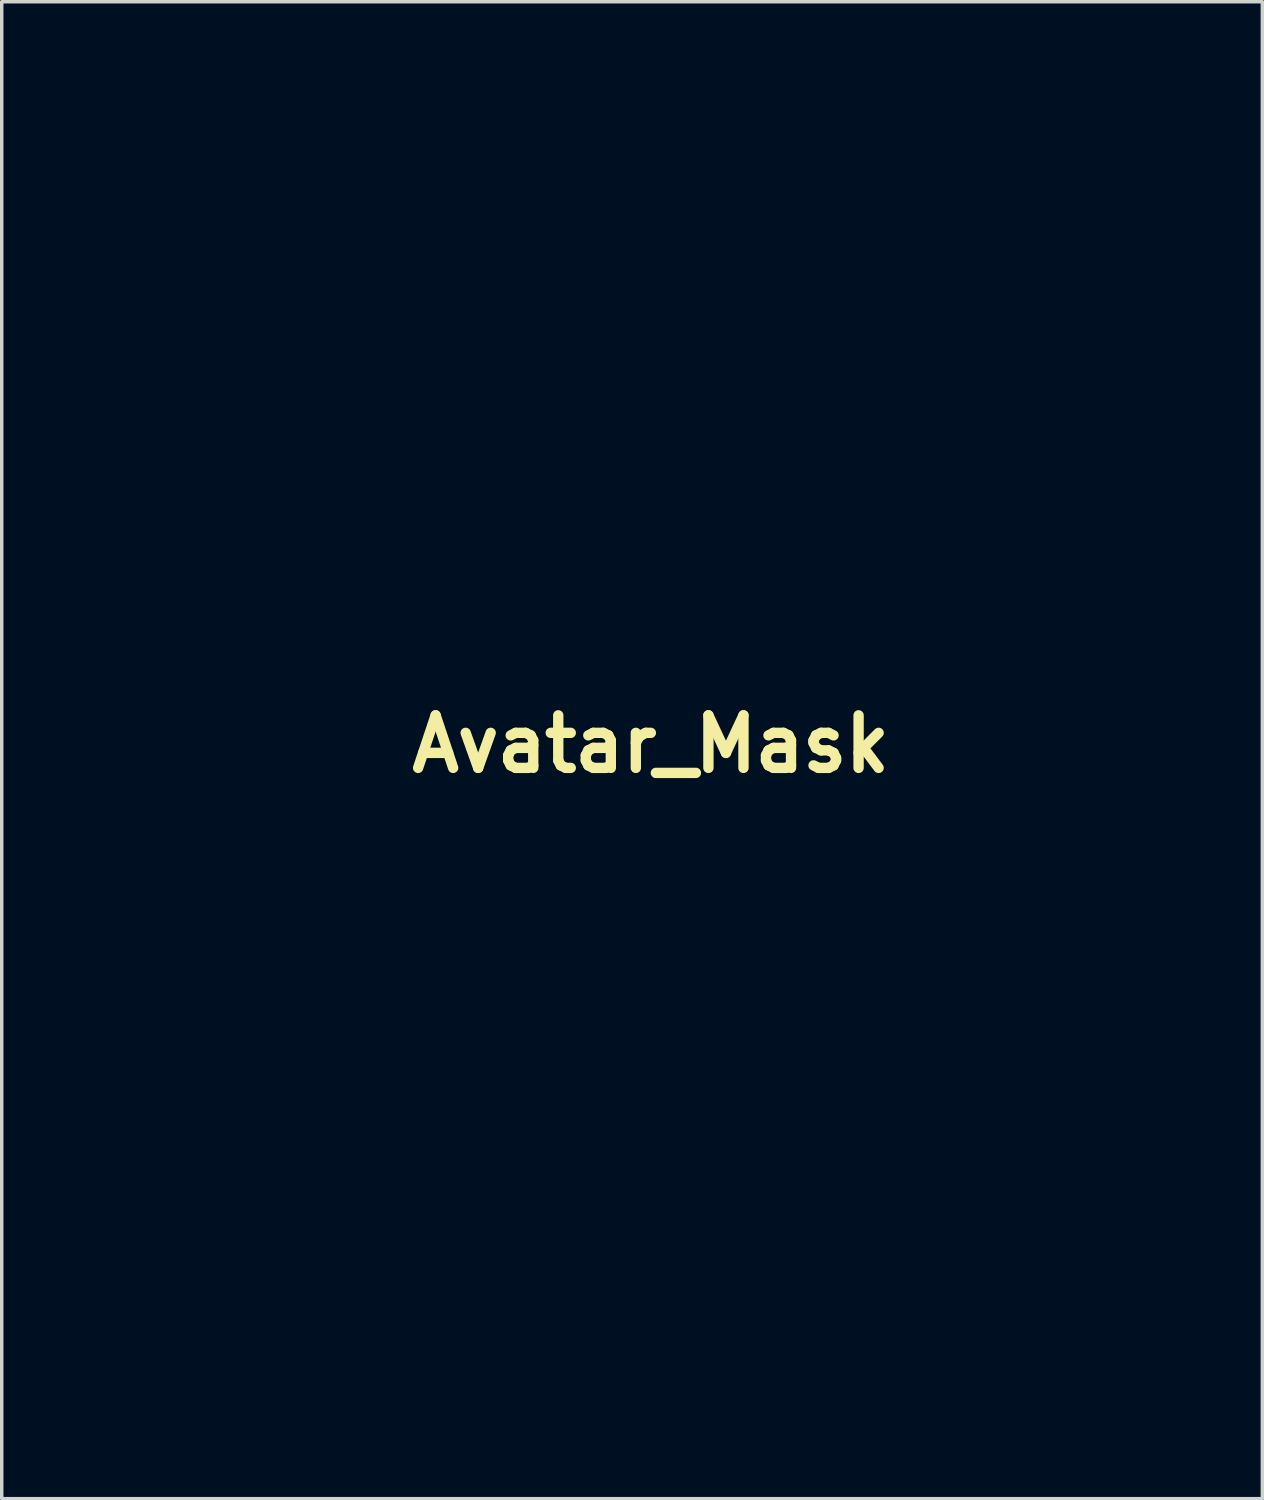
<source format=kicad_pcb>
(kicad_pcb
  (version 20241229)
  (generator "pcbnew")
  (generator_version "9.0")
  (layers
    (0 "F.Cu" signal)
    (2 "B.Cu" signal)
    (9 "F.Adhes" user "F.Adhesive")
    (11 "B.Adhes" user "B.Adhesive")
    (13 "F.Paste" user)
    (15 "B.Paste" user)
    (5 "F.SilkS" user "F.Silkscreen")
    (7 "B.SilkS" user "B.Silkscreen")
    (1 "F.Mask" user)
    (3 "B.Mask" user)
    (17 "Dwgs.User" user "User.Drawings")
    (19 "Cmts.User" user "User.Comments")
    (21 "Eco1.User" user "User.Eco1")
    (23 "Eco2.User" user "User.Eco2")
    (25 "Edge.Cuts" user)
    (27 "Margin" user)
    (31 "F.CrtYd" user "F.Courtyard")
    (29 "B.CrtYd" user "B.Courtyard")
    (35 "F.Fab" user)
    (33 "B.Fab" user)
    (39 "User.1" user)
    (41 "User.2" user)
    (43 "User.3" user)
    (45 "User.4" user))
  (footprint "Avatar_Mask"
    (layer "F.Cu")
    (at 15.823 18.527)
    (property "Reference" "Avatar_Mask" (at 0 0 0) (layer "F.SilkS") (effects (font (size 1.524 1.524) (thickness 0.3))))
    (attr through_hole)
    (fp_poly (pts (xy 10.407 3.836) (xy 10.363 3.881) (xy 10.319 3.836) (xy 10.363 3.792) (xy 10.407 3.836)) (stroke (width 0.01) (type solid)) (fill yes) (layer "F.Mask"))
    (fp_poly (pts (xy 6.196 7.078) (xy 6.282 7.184) (xy 6.306 7.32) (xy 6.261 7.495) (xy 6.161 7.568) (xy 6.058 7.51) (xy 6.032 7.46) (xy 6.011 7.273) (xy 6.07 7.122) (xy 6.182 7.074) (xy 6.196 7.078)) (stroke (width 0.01) (type solid)) (fill yes) (layer "F.Mask"))
    (fp_poly (pts (xy -8.71 6.244) (xy -8.672 6.315) (xy -8.688 6.464) (xy -8.812 6.575) (xy -8.977 6.614) (xy -9.113 6.548) (xy -9.124 6.533) (xy -9.107 6.419) (xy -9.001 6.28) (xy -8.862 6.185) (xy -8.81 6.174) (xy -8.71 6.244)) (stroke (width 0.01) (type solid)) (fill yes) (layer "F.Mask"))
    (fp_poly (pts (xy 7.401 7.033) (xy 7.493 7.185) (xy 7.543 7.38) (xy 7.529 7.54) (xy 7.414 7.657) (xy 7.266 7.648) (xy 7.178 7.547) (xy 7.149 7.337) (xy 7.189 7.126) (xy 7.281 6.996) (xy 7.298 6.989) (xy 7.401 7.033)) (stroke (width 0.01) (type solid)) (fill yes) (layer "F.Mask"))
    (fp_poly (pts (xy -6.804 6.598) (xy -6.796 6.774) (xy -6.842 6.994) (xy -6.933 7.191) (xy -7.093 7.364) (xy -7.23 7.397) (xy -7.311 7.289) (xy -7.32 7.2) (xy -7.272 7.007) (xy -7.154 6.788) (xy -7.01 6.607) (xy -6.879 6.527) (xy -6.873 6.526) (xy -6.804 6.598)) (stroke (width 0.01) (type solid)) (fill yes) (layer "F.Mask"))
    (fp_poly (pts (xy 3.79 2.782) (xy 3.761 2.883) (xy 3.64 2.97) (xy 3.638 2.971) (xy 3.444 3.074) (xy 3.329 3.158) (xy 3.211 3.24) (xy 3.175 3.237) (xy 3.236 3.133) (xy 3.38 2.979) (xy 3.548 2.83) (xy 3.682 2.741) (xy 3.708 2.734) (xy 3.79 2.782)) (stroke (width 0.01) (type solid)) (fill yes) (layer "F.Mask"))
    (fp_poly (pts (xy 8.498 7.117) (xy 8.673 7.231) (xy 8.852 7.4) (xy 8.986 7.577) (xy 9.027 7.717) (xy 9.024 7.728) (xy 8.918 7.841) (xy 8.776 7.81) (xy 8.64 7.648) (xy 8.62 7.607) (xy 8.501 7.397) (xy 8.388 7.267) (xy 8.312 7.171) (xy 8.373 7.103) (xy 8.498 7.117)) (stroke (width 0.01) (type solid)) (fill yes) (layer "F.Mask"))
    (fp_poly (pts (xy -7.673 6.421) (xy -7.673 6.433) (xy -7.721 6.567) (xy -7.842 6.777) (xy -8.002 7.014) (xy -8.167 7.229) (xy -8.301 7.374) (xy -8.356 7.406) (xy -8.436 7.328) (xy -8.467 7.114) (xy -8.467 7.106) (xy -8.433 6.879) (xy -8.308 6.688) (xy -8.143 6.537) (xy -7.893 6.363) (xy -7.734 6.324) (xy -7.673 6.421)) (stroke (width 0.01) (type solid)) (fill yes) (layer "F.Mask"))
    (fp_poly (pts (xy -0.346 7.916) (xy -0.255 8.055) (xy -0.246 8.074) (xy -0.186 8.257) (xy -0.235 8.373) (xy -0.307 8.432) (xy -0.548 8.534) (xy -0.813 8.543) (xy -1.023 8.459) (xy -1.054 8.427) (xy -1.128 8.242) (xy -1.131 8.097) (xy -1.083 7.963) (xy -0.956 7.896) (xy -0.728 7.866) (xy -0.482 7.862) (xy -0.346 7.916)) (stroke (width 0.01) (type solid)) (fill yes) (layer "F.Mask"))
    (fp_poly (pts (xy -3.239 10.392) (xy -3.028 10.49) (xy -2.826 10.616) (xy -2.341 10.87) (xy -1.758 11.048) (xy -1.114 11.15) (xy -0.447 11.178) (xy 0.203 11.13) (xy 0.799 11.008) (xy 1.304 10.81) (xy 1.604 10.608) (xy 1.77 10.519) (xy 1.869 10.515) (xy 1.88 10.576) (xy 1.761 10.685) (xy 1.546 10.825) (xy 1.266 10.976) (xy 0.956 11.117) (xy 0.716 11.207) (xy 0.318 11.297) (xy -0.19 11.352) (xy -0.747 11.369) (xy -1.29 11.345) (xy -1.723 11.287) (xy -2.035 11.199) (xy -2.403 11.058) (xy -2.771 10.89) (xy -3.083 10.72) (xy -3.283 10.574) (xy -3.284 10.572) (xy -3.392 10.431) (xy -3.368 10.371) (xy -3.239 10.392)) (stroke (width 0.01) (type solid)) (fill yes) (layer "F.Mask"))
    (fp_poly (pts (xy 5.848 2.294) (xy 6.22 2.324) (xy 6.498 2.37) (xy 6.565 2.39) (xy 7.207 2.648) (xy 7.719 2.87) (xy 8.091 3.05) (xy 8.314 3.185) (xy 8.378 3.262) (xy 8.312 3.34) (xy 8.162 3.342) (xy 8 3.275) (xy 7.938 3.219) (xy 7.796 3.107) (xy 7.723 3.087) (xy 7.585 3.051) (xy 7.359 2.959) (xy 7.24 2.904) (xy 6.969 2.801) (xy 6.761 2.774) (xy 6.716 2.784) (xy 6.517 2.824) (xy 6.257 2.825) (xy 6.015 2.792) (xy 5.876 2.734) (xy 5.744 2.71) (xy 5.565 2.77) (xy 5.419 2.877) (xy 5.38 2.962) (xy 5.456 3.063) (xy 5.649 3.19) (xy 5.91 3.321) (xy 6.186 3.432) (xy 6.427 3.498) (xy 6.543 3.506) (xy 6.708 3.533) (xy 6.776 3.69) (xy 6.776 3.692) (xy 6.727 3.894) (xy 6.558 4.132) (xy 6.308 4.367) (xy 6.017 4.562) (xy 5.766 4.667) (xy 5.357 4.744) (xy 5.008 4.713) (xy 4.631 4.565) (xy 4.611 4.555) (xy 4.253 4.306) (xy 3.973 3.985) (xy 3.793 3.629) (xy 3.731 3.278) (xy 3.802 2.978) (xy 3.95 2.763) (xy 4.146 2.557) (xy 4.336 2.412) (xy 4.436 2.374) (xy 4.601 2.352) (xy 4.763 2.324) (xy 5.059 2.292) (xy 5.441 2.283) (xy 5.848 2.294)) (stroke (width 0.01) (type solid)) (fill yes) (layer "F.Mask"))
    (fp_poly (pts (xy -6.798 1.971) (xy -6.601 1.982) (xy -6.136 2.015) (xy -5.792 2.062) (xy -5.512 2.133) (xy -5.239 2.242) (xy -5.124 2.296) (xy -4.853 2.439) (xy -4.66 2.565) (xy -4.586 2.645) (xy -4.586 2.645) (xy -4.516 2.726) (xy -4.465 2.734) (xy -4.307 2.796) (xy -4.196 2.935) (xy -4.185 3.079) (xy -4.191 3.09) (xy -4.29 3.124) (xy -4.441 3.027) (xy -4.701 2.834) (xy -5.056 2.626) (xy -5.335 2.48) (xy -5.607 2.394) (xy -5.911 2.372) (xy -6.197 2.409) (xy -6.418 2.495) (xy -6.523 2.626) (xy -6.526 2.655) (xy -6.448 2.784) (xy -6.247 2.913) (xy -5.978 3.023) (xy -5.695 3.096) (xy -5.451 3.112) (xy -5.313 3.068) (xy -5.175 3.013) (xy -5.096 3.105) (xy -5.087 3.322) (xy -5.112 3.468) (xy -5.223 3.779) (xy -5.384 4.017) (xy -5.562 4.138) (xy -5.611 4.145) (xy -5.74 4.215) (xy -5.821 4.322) (xy -5.897 4.417) (xy -6.026 4.469) (xy -6.252 4.489) (xy -6.507 4.488) (xy -7.022 4.441) (xy -7.409 4.322) (xy -7.419 4.316) (xy -7.713 4.09) (xy -7.99 3.709) (xy -8.023 3.652) (xy -8.191 3.316) (xy -8.256 3.056) (xy -8.227 2.809) (xy -8.16 2.624) (xy -8.156 2.499) (xy -8.29 2.477) (xy -8.557 2.558) (xy -8.94 2.734) (xy -9.287 2.891) (xy -9.505 2.942) (xy -9.605 2.889) (xy -9.613 2.838) (xy -9.541 2.739) (xy -9.321 2.608) (xy -8.944 2.443) (xy -8.403 2.238) (xy -8.382 2.23) (xy -7.998 2.096) (xy -7.708 2.011) (xy -7.453 1.967) (xy -7.17 1.957) (xy -6.798 1.971)) (stroke (width 0.01) (type solid)) (fill yes) (layer "F.Mask"))
    (fp_poly (pts (xy 1.926 -18.504) (xy 2.767 -18.446) (xy 3.535 -18.337) (xy 4.27 -18.168) (xy 5.016 -17.93) (xy 5.811 -17.611) (xy 6.699 -17.202) (xy 6.945 -17.082) (xy 7.264 -16.919) (xy 7.511 -16.781) (xy 7.653 -16.686) (xy 7.673 -16.662) (xy 7.747 -16.594) (xy 7.871 -16.546) (xy 8.036 -16.456) (xy 8.295 -16.259) (xy 8.623 -15.979) (xy 8.996 -15.64) (xy 9.389 -15.264) (xy 9.777 -14.877) (xy 10.135 -14.5) (xy 10.439 -14.159) (xy 10.615 -13.941) (xy 10.802 -13.686) (xy 11.021 -13.374) (xy 11.25 -13.037) (xy 11.466 -12.71) (xy 11.648 -12.426) (xy 11.773 -12.22) (xy 11.818 -12.126) (xy 11.853 -12.034) (xy 11.948 -11.818) (xy 12.088 -11.511) (xy 12.222 -11.224) (xy 12.433 -10.774) (xy 12.583 -10.446) (xy 12.685 -10.204) (xy 12.754 -10.01) (xy 12.802 -9.828) (xy 12.844 -9.62) (xy 12.881 -9.409) (xy 12.976 -9.002) (xy 13.089 -8.761) (xy 13.143 -8.709) (xy 13.251 -8.582) (xy 13.255 -8.494) (xy 13.266 -8.331) (xy 13.309 -8.256) (xy 13.366 -8.079) (xy 13.35 -7.984) (xy 13.354 -7.82) (xy 13.406 -7.761) (xy 13.5 -7.627) (xy 13.549 -7.439) (xy 13.594 -7.06) (xy 13.652 -6.625) (xy 13.716 -6.17) (xy 13.781 -5.732) (xy 13.842 -5.345) (xy 13.893 -5.048) (xy 13.929 -4.876) (xy 13.938 -4.851) (xy 13.955 -4.746) (xy 13.976 -4.518) (xy 13.992 -4.277) (xy 14.016 -3.928) (xy 14.045 -3.599) (xy 14.063 -3.44) (xy 14.099 -3.14) (xy 14.136 -2.805) (xy 14.175 -2.407) (xy 14.219 -1.916) (xy 14.271 -1.304) (xy 14.327 -0.617) (xy 14.407 0.366) (xy 14.472 1.207) (xy 14.525 1.939) (xy 14.568 2.594) (xy 14.602 3.206) (xy 14.63 3.807) (xy 14.652 4.432) (xy 14.672 5.112) (xy 14.691 5.881) (xy 14.694 6.051) (xy 14.71 6.807) (xy 14.721 7.405) (xy 14.726 7.867) (xy 14.725 8.212) (xy 14.715 8.46) (xy 14.698 8.63) (xy 14.671 8.742) (xy 14.635 8.816) (xy 14.588 8.872) (xy 14.583 8.877) (xy 14.483 9.052) (xy 14.399 9.362) (xy 14.331 9.814) (xy 14.279 10.413) (xy 14.243 11.163) (xy 14.222 12.069) (xy 14.217 13.138) (xy 14.226 14.374) (xy 14.239 15.27) (xy 14.304 18.874) (xy 13.559 18.874) (xy 13.599 17.619) (xy 13.612 17.113) (xy 13.611 16.776) (xy 13.598 16.603) (xy 13.57 16.588) (xy 13.555 16.627) (xy 13.473 16.841) (xy 13.401 16.977) (xy 13.352 17.105) (xy 13.289 17.352) (xy 13.232 17.639) (xy 13.164 17.999) (xy 13.092 18.343) (xy 13.044 18.543) (xy 12.958 18.874) (xy 7.295 18.865) (xy 6.123 18.863) (xy 5.119 18.859) (xy 4.272 18.854) (xy 3.574 18.848) (xy 3.014 18.84) (xy 2.583 18.83) (xy 2.273 18.818) (xy 2.072 18.804) (xy 1.973 18.787) (xy 1.966 18.767) (xy 2 18.755) (xy 2.24 18.679) (xy 2.401 18.612) (xy 2.427 18.594) (xy 2.455 18.453) (xy 2.345 18.225) (xy 2.093 17.905) (xy 1.934 17.729) (xy 1.693 17.458) (xy 1.489 17.203) (xy 1.365 17.017) (xy 1.363 17.014) (xy 1.253 16.747) (xy 1.167 16.441) (xy 1.117 16.156) (xy 1.116 15.952) (xy 1.13 15.91) (xy 1.227 15.833) (xy 1.451 15.695) (xy 1.774 15.511) (xy 2.165 15.3) (xy 2.337 15.21) (xy 2.8 14.968) (xy 3.258 14.725) (xy 3.662 14.506) (xy 3.967 14.336) (xy 4.013 14.31) (xy 4.454 14.029) (xy 4.978 13.653) (xy 5.547 13.215) (xy 6.119 12.747) (xy 6.655 12.279) (xy 7.097 11.862) (xy 7.368 11.579) (xy 7.674 11.237) (xy 7.995 10.863) (xy 8.311 10.479) (xy 8.602 10.112) (xy 8.85 9.784) (xy 9.034 9.522) (xy 9.135 9.348) (xy 9.144 9.291) (xy 9.05 9.307) (xy 8.854 9.395) (xy 8.675 9.493) (xy 8.421 9.633) (xy 8.22 9.73) (xy 8.144 9.757) (xy 7.991 9.794) (xy 7.764 9.862) (xy 7.741 9.87) (xy 7.297 9.973) (xy 6.743 10.036) (xy 6.135 10.059) (xy 5.526 10.043) (xy 4.97 9.987) (xy 4.521 9.891) (xy 4.454 9.869) (xy 3.527 9.457) (xy 2.713 8.926) (xy 2.022 8.287) (xy 1.466 7.552) (xy 1.054 6.733) (xy 0.842 6.047) (xy 0.771 5.694) (xy 0.721 5.366) (xy 0.706 5.158) (xy 0.625 4.873) (xy 0.404 4.637) (xy 0.077 4.463) (xy -0.205 4.394) (xy 1.016 4.394) (xy 1.019 4.98) (xy 1.049 5.149) (xy 1.12 5.502) (xy 1.194 5.913) (xy 1.23 6.143) (xy 1.324 6.588) (xy 1.479 6.991) (xy 1.721 7.402) (xy 2.073 7.871) (xy 2.09 7.891) (xy 2.712 8.521) (xy 3.442 9.031) (xy 4.254 9.412) (xy 5.121 9.657) (xy 6.014 9.758) (xy 6.908 9.707) (xy 7.717 9.515) (xy 8.094 9.362) (xy 8.528 9.145) (xy 8.934 8.907) (xy 8.996 8.866) (xy 9.461 8.509) (xy 9.824 8.115) (xy 10.113 7.642) (xy 10.358 7.05) (xy 10.444 6.791) (xy 10.588 6.39) (xy 10.724 6.141) (xy 10.85 6.027) (xy 11.021 5.916) (xy 11.126 5.77) (xy 11.18 5.547) (xy 11.198 5.204) (xy 11.199 5.071) (xy 11.2 4.454) (xy 10.983 4.718) (xy 10.766 4.983) (xy 10.763 4.752) (xy 10.791 4.524) (xy 10.863 4.233) (xy 10.886 4.165) (xy 11.439 4.165) (xy 11.461 4.386) (xy 11.488 4.692) (xy 11.48 5.052) (xy 11.467 5.192) (xy 11.442 5.458) (xy 11.443 5.644) (xy 11.457 5.695) (xy 11.546 5.672) (xy 11.697 5.508) (xy 11.898 5.223) (xy 12.135 4.834) (xy 12.395 4.362) (xy 12.462 4.233) (xy 12.671 3.81) (xy 12.862 3.386) (xy 13.012 3.019) (xy 13.084 2.809) (xy 13.167 2.394) (xy 13.215 1.874) (xy 13.229 1.308) (xy 13.208 0.755) (xy 13.153 0.276) (xy 13.098 0.033) (xy 12.995 -0.223) (xy 12.851 -0.47) (xy 12.696 -0.671) (xy 12.56 -0.784) (xy 12.483 -0.782) (xy 12.459 -0.683) (xy 12.426 -0.444) (xy 12.387 -0.101) (xy 12.347 0.311) (xy 12.346 0.313) (xy 12.256 1.057) (xy 12.124 1.808) (xy 11.96 2.519) (xy 11.776 3.142) (xy 11.607 3.576) (xy 11.479 3.903) (xy 11.439 4.165) (xy 10.886 4.165) (xy 10.896 4.134) (xy 10.97 3.836) (xy 10.981 3.576) (xy 10.932 3.4) (xy 10.852 3.351) (xy 10.764 3.424) (xy 10.716 3.528) (xy 10.626 3.655) (xy 10.505 3.706) (xy 10.417 3.661) (xy 10.407 3.611) (xy 10.353 3.558) (xy 10.319 3.572) (xy 10.26 3.594) (xy 10.237 3.545) (xy 10.251 3.394) (xy 10.302 3.113) (xy 10.33 2.975) (xy 10.376 2.66) (xy 10.388 2.384) (xy 10.374 2.263) (xy 10.268 2.063) (xy 10.049 1.794) (xy 9.753 1.491) (xy 9.411 1.183) (xy 9.059 0.904) (xy 8.729 0.685) (xy 8.689 0.662) (xy 7.81 0.271) (xy 6.902 0.044) (xy 5.983 -0.018) (xy 5.073 0.083) (xy 4.192 0.346) (xy 3.36 0.772) (xy 3.19 0.883) (xy 2.831 1.154) (xy 2.479 1.458) (xy 2.197 1.741) (xy 2.142 1.805) (xy 1.712 2.418) (xy 1.374 3.078) (xy 1.138 3.748) (xy 1.016 4.394) (xy -0.205 4.394) (xy -0.323 4.365) (xy -0.763 4.357) (xy -1.076 4.413) (xy -1.465 4.561) (xy -1.692 4.758) (xy -1.764 5.006) (xy -1.8 5.322) (xy -1.897 5.741) (xy -2.039 6.206) (xy -2.209 6.661) (xy -2.3 6.868) (xy -2.52 7.258) (xy -2.824 7.653) (xy -3.246 8.097) (xy -3.256 8.106) (xy -3.865 8.645) (xy -4.475 9.052) (xy -5.144 9.363) (xy -5.628 9.527) (xy -5.94 9.613) (xy -6.222 9.667) (xy -6.528 9.692) (xy -6.91 9.695) (xy -7.348 9.682) (xy -7.839 9.659) (xy -8.208 9.625) (xy -8.512 9.57) (xy -8.807 9.484) (xy -9.141 9.36) (xy -9.62 9.138) (xy -10.114 8.852) (xy -10.575 8.534) (xy -10.957 8.215) (xy -11.186 7.965) (xy -11.323 7.799) (xy -11.381 7.767) (xy -11.367 7.852) (xy -11.288 8.034) (xy -11.152 8.295) (xy -10.966 8.615) (xy -10.873 8.766) (xy -10.218 9.766) (xy -9.586 10.636) (xy -8.943 11.415) (xy -8.257 12.141) (xy -7.496 12.851) (xy -7.146 13.154) (xy -6.777 13.442) (xy -6.287 13.785) (xy -5.713 14.161) (xy -5.092 14.547) (xy -4.46 14.919) (xy -3.854 15.255) (xy -3.636 15.369) (xy -3.28 15.578) (xy -3.08 15.76) (xy -3.027 15.865) (xy -3.015 16.195) (xy -3.106 16.602) (xy -3.277 17.036) (xy -3.509 17.448) (xy -3.78 17.789) (xy -3.915 17.911) (xy -4.073 18.067) (xy -4.145 18.199) (xy -4.145 18.205) (xy -4.205 18.343) (xy -4.325 18.48) (xy -4.442 18.637) (xy -4.46 18.758) (xy -4.477 18.784) (xy -4.559 18.807) (xy -4.718 18.825) (xy -4.967 18.84) (xy -5.318 18.852) (xy -5.785 18.861) (xy -6.378 18.867) (xy -7.112 18.871) (xy -7.998 18.873) (xy -8.946 18.874) (xy -13.476 18.874) (xy -13.573 18.596) (xy -13.642 18.304) (xy -13.671 18.001) (xy -13.697 17.714) (xy -13.762 17.371) (xy -13.85 17.032) (xy -13.946 16.759) (xy -14.017 16.632) (xy -14.073 16.493) (xy -14.135 16.231) (xy -14.19 15.898) (xy -14.198 15.841) (xy -14.26 15.424) (xy -14.338 14.992) (xy -14.411 14.66) (xy -14.481 14.349) (xy -14.563 13.93) (xy -14.644 13.472) (xy -14.683 13.232) (xy -14.749 12.843) (xy -14.814 12.516) (xy -14.87 12.292) (xy -14.9 12.218) (xy -14.938 12.097) (xy -14.986 11.841) (xy -15.036 11.489) (xy -15.074 11.157) (xy -15.121 10.726) (xy -15.167 10.33) (xy -15.207 10.019) (xy -15.228 9.878) (xy -15.281 9.569) (xy -15.354 9.826) (xy -15.379 10.007) (xy -15.399 10.335) (xy -15.413 10.781) (xy -15.423 11.316) (xy -15.427 11.909) (xy -15.427 12.533) (xy -15.422 13.157) (xy -15.412 13.752) (xy -15.398 14.29) (xy -15.379 14.74) (xy -15.356 15.074) (xy -15.337 15.225) (xy -15.205 15.75) (xy -14.994 16.278) (xy -14.684 16.86) (xy -14.575 17.04) (xy -14.385 17.395) (xy -14.318 17.635) (xy -14.327 17.702) (xy -14.382 17.805) (xy -14.451 17.772) (xy -14.521 17.683) (xy -14.75 17.321) (xy -14.982 16.851) (xy -15.189 16.342) (xy -15.343 15.858) (xy -15.384 15.683) (xy -15.494 15.133) (xy -15.584 14.662) (xy -15.655 14.242) (xy -15.709 13.847) (xy -15.75 13.449) (xy -15.779 13.019) (xy -15.797 12.531) (xy -15.809 11.956) (xy -15.814 11.268) (xy -15.817 10.439) (xy -15.817 10.186) (xy -15.818 9.334) (xy -15.816 8.629) (xy -15.81 8.045) (xy -15.799 7.551) (xy -15.781 7.121) (xy -15.755 6.726) (xy -15.72 6.337) (xy -15.674 5.927) (xy -15.616 5.467) (xy -15.575 5.159) (xy -15.49 4.508) (xy -15.405 3.824) (xy -15.326 3.159) (xy -15.258 2.567) (xy -15.211 2.117) (xy -15.115 1.144) (xy -15.109 1.08) (xy -14.452 1.08) (xy -14.446 1.385) (xy -14.409 2.374) (xy -13.828 3.557) (xy -13.503 4.183) (xy -13.219 4.662) (xy -12.979 4.99) (xy -12.786 5.165) (xy -12.644 5.184) (xy -12.609 5.128) (xy -12.174 5.128) (xy -12.14 5.36) (xy -12.082 5.604) (xy -11.752 6.522) (xy -11.292 7.325) (xy -10.709 8.007) (xy -10.012 8.559) (xy -9.21 8.974) (xy -8.312 9.245) (xy -7.673 9.342) (xy -7.01 9.374) (xy -6.403 9.329) (xy -5.769 9.196) (xy -5.508 9.123) (xy -4.888 8.887) (xy -4.268 8.559) (xy -3.72 8.179) (xy -3.527 8.012) (xy -3.232 7.691) (xy -2.936 7.29) (xy -2.67 6.862) (xy -2.467 6.457) (xy -2.356 6.128) (xy -2.313 5.91) (xy -2.247 5.588) (xy -2.173 5.23) (xy -2.17 5.215) (xy -2.08 4.364) (xy -2.165 3.509) (xy -2.423 2.658) (xy -2.712 2.058) (xy -2.968 1.688) (xy -3.332 1.279) (xy -3.754 0.876) (xy -4.188 0.525) (xy -4.566 0.282) (xy -5.414 -0.077) (xy -6.304 -0.285) (xy -7.21 -0.345) (xy -8.109 -0.26) (xy -8.974 -0.032) (xy -9.78 0.335) (xy -10.503 0.837) (xy -10.726 1.04) (xy -11.266 1.563) (xy -11.327 2.391) (xy -11.356 2.997) (xy -11.337 3.459) (xy -11.269 3.802) (xy -11.197 3.976) (xy -11.153 4.132) (xy -11.211 4.181) (xy -11.329 4.117) (xy -11.411 4.016) (xy -11.522 3.796) (xy -11.629 3.502) (xy -11.659 3.4) (xy -11.736 3.164) (xy -11.808 3.02) (xy -11.836 2.999) (xy -11.89 3.083) (xy -11.902 3.328) (xy -11.872 3.724) (xy -11.802 4.261) (xy -11.769 4.468) (xy -11.701 4.946) (xy -11.676 5.273) (xy -11.695 5.468) (xy -11.759 5.55) (xy -11.794 5.556) (xy -11.873 5.484) (xy -11.973 5.309) (xy -11.98 5.292) (xy -12.09 5.082) (xy -12.156 5.032) (xy -12.174 5.128) (xy -12.609 5.128) (xy -12.555 5.043) (xy -12.524 4.74) (xy -12.524 4.729) (xy -12.549 4.389) (xy -12.612 4.067) (xy -12.652 3.947) (xy -12.776 3.604) (xy -12.918 3.141) (xy -13.062 2.608) (xy -13.196 2.057) (xy -13.274 1.693) (xy -13.368 1.277) (xy -13.471 0.885) (xy -11.289 0.885) (xy -11.289 1.166) (xy -10.776 0.693) (xy -10.04 0.133) (xy -9.211 -0.281) (xy -8.305 -0.546) (xy -7.336 -0.653) (xy -7.144 -0.656) (xy -6.152 -0.571) (xy -5.227 -0.329) (xy -4.382 0.06) (xy -3.629 0.586) (xy -2.982 1.239) (xy -2.452 2.009) (xy -2.053 2.887) (xy -1.899 3.392) (xy -1.826 3.7) (xy -1.777 3.959) (xy -1.764 4.082) (xy -1.74 4.189) (xy -1.636 4.208) (xy -1.477 4.174) (xy -1.206 4.132) (xy -0.848 4.11) (xy -0.456 4.109) (xy -0.082 4.127) (xy 0.221 4.163) (xy 0.397 4.214) (xy 0.625 4.309) (xy 0.758 4.284) (xy 0.781 4.167) (xy 0.797 3.96) (xy 0.873 3.641) (xy 0.995 3.257) (xy 1.147 2.855) (xy 1.311 2.481) (xy 1.458 2.205) (xy 1.89 1.619) (xy 2.438 1.065) (xy 3.051 0.588) (xy 3.679 0.231) (xy 3.762 0.194) (xy 4.564 -0.071) (xy 5.432 -0.229) (xy 6.311 -0.275) (xy 7.146 -0.204) (xy 7.528 -0.125) (xy 8.02 0.039) (xy 8.542 0.276) (xy 9.057 0.562) (xy 9.527 0.874) (xy 9.916 1.189) (xy 10.184 1.482) (xy 10.237 1.565) (xy 10.358 1.732) (xy 10.439 1.73) (xy 10.484 1.558) (xy 10.494 1.301) (xy 10.467 0.881) (xy 10.397 0.517) (xy 10.295 0.243) (xy 10.17 0.092) (xy 10.087 0.074) (xy 9.934 0.137) (xy 9.892 0.184) (xy 9.793 0.258) (xy 9.616 0.212) (xy 9.387 0.072) (xy 9.129 -0.14) (xy 8.868 -0.399) (xy 8.629 -0.68) (xy 8.437 -0.96) (xy 8.316 -1.215) (xy 8.288 -1.366) (xy 8.277 -1.476) (xy 8.225 -1.456) (xy 8.12 -1.327) (xy 7.992 -1.186) (xy 7.891 -1.176) (xy 7.799 -1.239) (xy 7.687 -1.321) (xy 7.674 -1.281) (xy 7.687 -1.235) (xy 7.782 -1.111) (xy 7.974 -0.944) (xy 8.106 -0.849) (xy 8.304 -0.695) (xy 8.407 -0.571) (xy 8.408 -0.525) (xy 8.291 -0.501) (xy 8.047 -0.501) (xy 7.722 -0.524) (xy 7.629 -0.534) (xy 6.537 -0.613) (xy 5.494 -0.596) (xy 4.807 -0.526) (xy 4.166 -0.438) (xy 3.68 -0.389) (xy 3.331 -0.38) (xy 3.1 -0.411) (xy 2.968 -0.485) (xy 2.919 -0.604) (xy 2.921 -0.697) (xy 2.899 -0.882) (xy 2.841 -1.058) (xy 2.772 -1.184) (xy 2.74 -1.175) (xy 2.74 -1.175) (xy 2.662 -1.009) (xy 2.499 -0.858) (xy 2.334 -0.794) (xy 2.249 -0.855) (xy 2.256 -0.912) (xy 2.235 -1.058) (xy 2.114 -1.174) (xy 1.964 -1.199) (xy 1.93 -1.184) (xy 1.881 -1.169) (xy 1.867 -1.217) (xy 1.895 -1.35) (xy 1.904 -1.379) (xy 3.388 -1.379) (xy 3.432 -1.329) (xy 3.588 -1.337) (xy 3.671 -1.347) (xy 3.939 -1.386) (xy 4.298 -1.44) (xy 4.628 -1.493) (xy 4.942 -1.551) (xy 5.047 -1.576) (xy 7.232 -1.576) (xy 7.265 -1.426) (xy 7.334 -1.358) (xy 7.394 -1.413) (xy 7.37 -1.558) (xy 7.33 -1.613) (xy 7.249 -1.656) (xy 7.232 -1.576) (xy 5.047 -1.576) (xy 5.185 -1.609) (xy 5.306 -1.655) (xy 5.308 -1.657) (xy 5.323 -1.764) (xy 5.318 -2.011) (xy 5.295 -2.362) (xy 5.255 -2.78) (xy 5.25 -2.823) (xy 5.192 -3.339) (xy 5.123 -3.958) (xy 5.051 -4.604) (xy 4.984 -5.206) (xy 4.977 -5.272) (xy 4.922 -5.731) (xy 4.869 -6.116) (xy 4.823 -6.399) (xy 4.788 -6.551) (xy 4.775 -6.568) (xy 4.747 -6.454) (xy 4.748 -6.242) (xy 4.75 -6.211) (xy 4.753 -5.958) (xy 4.735 -5.595) (xy 4.701 -5.169) (xy 4.654 -4.724) (xy 4.601 -4.307) (xy 4.546 -3.963) (xy 4.494 -3.737) (xy 4.482 -3.704) (xy 4.433 -3.591) (xy 4.386 -3.481) (xy 4.327 -3.338) (xy 4.239 -3.125) (xy 4.109 -2.807) (xy 4.007 -2.558) (xy 3.864 -2.231) (xy 3.723 -1.942) (xy 3.62 -1.764) (xy 3.452 -1.514) (xy 3.388 -1.379) (xy 1.904 -1.379) (xy 1.971 -1.588) (xy 2.099 -1.952) (xy 2.255 -2.381) (xy 2.326 -2.615) (xy 2.386 -2.878) (xy 2.427 -3.128) (xy 2.444 -3.319) (xy 2.43 -3.407) (xy 2.406 -3.395) (xy 2.349 -3.279) (xy 2.254 -3.034) (xy 2.135 -2.7) (xy 2.042 -2.425) (xy 1.897 -2.026) (xy 1.742 -1.663) (xy 1.599 -1.389) (xy 1.527 -1.284) (xy 1.376 -1.123) (xy 1.286 -1.085) (xy 1.206 -1.155) (xy 1.187 -1.181) (xy 1.1 -1.276) (xy 1.007 -1.275) (xy 0.847 -1.172) (xy 0.807 -1.142) (xy 0.547 -0.997) (xy 0.373 -1.006) (xy 0.286 -1.168) (xy 0.287 -1.457) (xy 0.297 -1.709) (xy 0.27 -1.837) (xy 0.219 -1.826) (xy 0.16 -1.658) (xy 0.15 -1.609) (xy 0.04 -1.393) (xy -0.192 -1.255) (xy -0.397 -1.19) (xy -0.514 -1.213) (xy -0.603 -1.317) (xy -0.719 -1.435) (xy -0.855 -1.408) (xy -0.895 -1.385) (xy -1.074 -1.352) (xy -1.215 -1.459) (xy -1.291 -1.669) (xy -1.284 -1.896) (xy -1.232 -2.261) (xy -1.179 -2.766) (xy -1.128 -3.373) (xy -1.083 -4.046) (xy -1.046 -4.747) (xy -1.025 -5.292) (xy -0.981 -6.659) (xy -1.131 -5.953) (xy -1.231 -5.538) (xy -1.349 -5.117) (xy -1.462 -4.776) (xy -1.467 -4.763) (xy -1.594 -4.415) (xy -1.739 -3.997) (xy -1.85 -3.66) (xy -1.998 -3.286) (xy -2.212 -2.853) (xy -2.45 -2.443) (xy -2.5 -2.368) (xy -2.719 -2.048) (xy -2.879 -1.846) (xy -3.016 -1.731) (xy -3.164 -1.672) (xy -3.34 -1.641) (xy -3.685 -1.604) (xy -3.992 -1.59) (xy -4.218 -1.598) (xy -4.32 -1.628) (xy -4.322 -1.635) (xy -4.278 -1.735) (xy -4.177 -1.902) (xy -4.072 -2.09) (xy -4.073 -2.156) (xy -4.162 -2.106) (xy -4.323 -1.943) (xy -4.408 -1.841) (xy -4.701 -1.476) (xy -4.517 -1.333) (xy -4.353 -1.136) (xy -4.275 -0.954) (xy -4.26 -0.776) (xy -4.355 -0.655) (xy -4.479 -0.583) (xy -4.669 -0.505) (xy -4.785 -0.494) (xy -4.79 -0.498) (xy -4.896 -0.537) (xy -5.131 -0.595) (xy -5.451 -0.665) (xy -5.812 -0.735) (xy -6.169 -0.798) (xy -6.435 -0.838) (xy -6.672 -0.87) (xy -7.015 -0.916) (xy -7.394 -0.968) (xy -7.442 -0.975) (xy -7.992 -1.021) (xy -8.488 -1.01) (xy -8.906 -0.945) (xy -9.218 -0.833) (xy -9.401 -0.678) (xy -9.437 -0.556) (xy -9.486 -0.47) (xy -9.655 -0.475) (xy -9.682 -0.481) (xy -9.859 -0.49) (xy -10.025 -0.41) (xy -10.228 -0.223) (xy -10.428 -0.041) (xy -10.595 0.071) (xy -10.652 0.088) (xy -10.839 0.163) (xy -11.037 0.349) (xy -11.201 0.591) (xy -11.285 0.834) (xy -11.289 0.885) (xy -13.471 0.885) (xy -13.482 0.841) (xy -13.576 0.527) (xy -13.678 0.147) (xy -13.765 -0.297) (xy -13.808 -0.615) (xy -13.847 -0.92) (xy -13.892 -1.141) (xy -13.933 -1.234) (xy -13.936 -1.235) (xy -14.028 -1.155) (xy -14.138 -0.945) (xy -14.25 -0.646) (xy -14.348 -0.299) (xy -14.387 -0.114) (xy -14.424 0.193) (xy -14.447 0.613) (xy -14.452 1.08) (xy -15.109 1.08) (xy -15.033 0.328) (xy -14.962 -0.35) (xy -14.902 -0.909) (xy -14.849 -1.368) (xy -14.82 -1.593) (xy -5.094 -1.593) (xy -5.082 -1.587) (xy -5.001 -1.65) (xy -4.983 -1.676) (xy -4.961 -1.758) (xy -4.973 -1.764) (xy -5.053 -1.702) (xy -5.071 -1.676) (xy -5.094 -1.593) (xy -14.82 -1.593) (xy -14.806 -1.708) (xy -9.052 -1.708) (xy -8.957 -1.645) (xy -8.82 -1.696) (xy -8.709 -1.807) (xy -8.747 -1.915) (xy -8.889 -2.021) (xy -8.999 -1.955) (xy -9.031 -1.888) (xy -9.052 -1.708) (xy -14.806 -1.708) (xy -14.801 -1.745) (xy -14.761 -2.028) (xy -7.717 -2.028) (xy -7.713 -1.947) (xy -7.683 -1.94) (xy -7.569 -1.999) (xy -6.321 -1.999) (xy -6.308 -1.947) (xy -6.262 -1.94) (xy -6.189 -1.973) (xy -6.203 -1.999) (xy -6.308 -2.01) (xy -6.321 -1.999) (xy -7.569 -1.999) (xy -7.559 -2.005) (xy -7.541 -2.028) (xy -7.545 -2.11) (xy -7.574 -2.117) (xy -7.699 -2.052) (xy -7.717 -2.028) (xy -14.761 -2.028) (xy -14.757 -2.06) (xy -14.713 -2.331) (xy -14.689 -2.469) (xy -14.614 -2.903) (xy -14.613 -2.91) (xy -3.704 -2.91) (xy -3.672 -2.838) (xy -3.645 -2.852) (xy -3.635 -2.956) (xy -3.645 -2.969) (xy -3.698 -2.957) (xy -3.704 -2.91) (xy -14.613 -2.91) (xy -14.529 -3.424) (xy -14.449 -3.945) (xy -14.419 -4.145) (xy -14.093 -5.847) (xy -13.621 -7.514) (xy -13.083 -8.938) (xy -12.948 -9.27) (xy -12.845 -9.552) (xy -12.792 -9.735) (xy -12.788 -9.766) (xy -12.723 -9.926) (xy -12.637 -10.013) (xy -12.537 -10.123) (xy -12.587 -10.245) (xy -12.601 -10.262) (xy -12.669 -10.401) (xy -12.648 -10.594) (xy -12.613 -10.712) (xy -12.527 -10.915) (xy -12.445 -11.02) (xy -12.43 -11.024) (xy -12.352 -11.099) (xy -12.295 -11.246) (xy -12.216 -11.439) (xy -12.139 -11.533) (xy -12.025 -11.647) (xy -11.872 -11.848) (xy -11.716 -12.079) (xy -11.598 -12.283) (xy -11.553 -12.4) (xy -11.496 -12.497) (xy -11.341 -12.688) (xy -11.114 -12.944) (xy -10.93 -13.141) (xy -10.63 -13.48) (xy -10.352 -13.837) (xy -10.137 -14.155) (xy -10.07 -14.278) (xy -9.89 -14.579) (xy -9.631 -14.93) (xy -9.346 -15.262) (xy -9.305 -15.305) (xy -8.808 -15.763) (xy -8.29 -16.118) (xy -7.682 -16.415) (xy -7.487 -16.494) (xy -7.131 -16.644) (xy -6.732 -16.827) (xy -6.508 -16.938) (xy -6.224 -17.074) (xy -5.988 -17.168) (xy -5.866 -17.198) (xy -5.715 -17.236) (xy -5.47 -17.334) (xy -5.267 -17.431) (xy -4.265 -17.861) (xy -3.168 -18.194) (xy -2.038 -18.413) (xy -1.279 -18.488) (xy -0.985 -18.5) (xy -0.558 -18.51) (xy -0.04 -18.517) (xy 0.524 -18.521) (xy 0.97 -18.522) (xy 1.926 -18.504)) (stroke (width 0.01) (type solid)) (fill yes) (layer "F.Mask")))
  (gr_rect
    (start -3 -3)
    (end 33.554 40.406)
    (stroke (width 0.1) (type default))
    (fill no)
    (layer "Edge.Cuts")))
</source>
